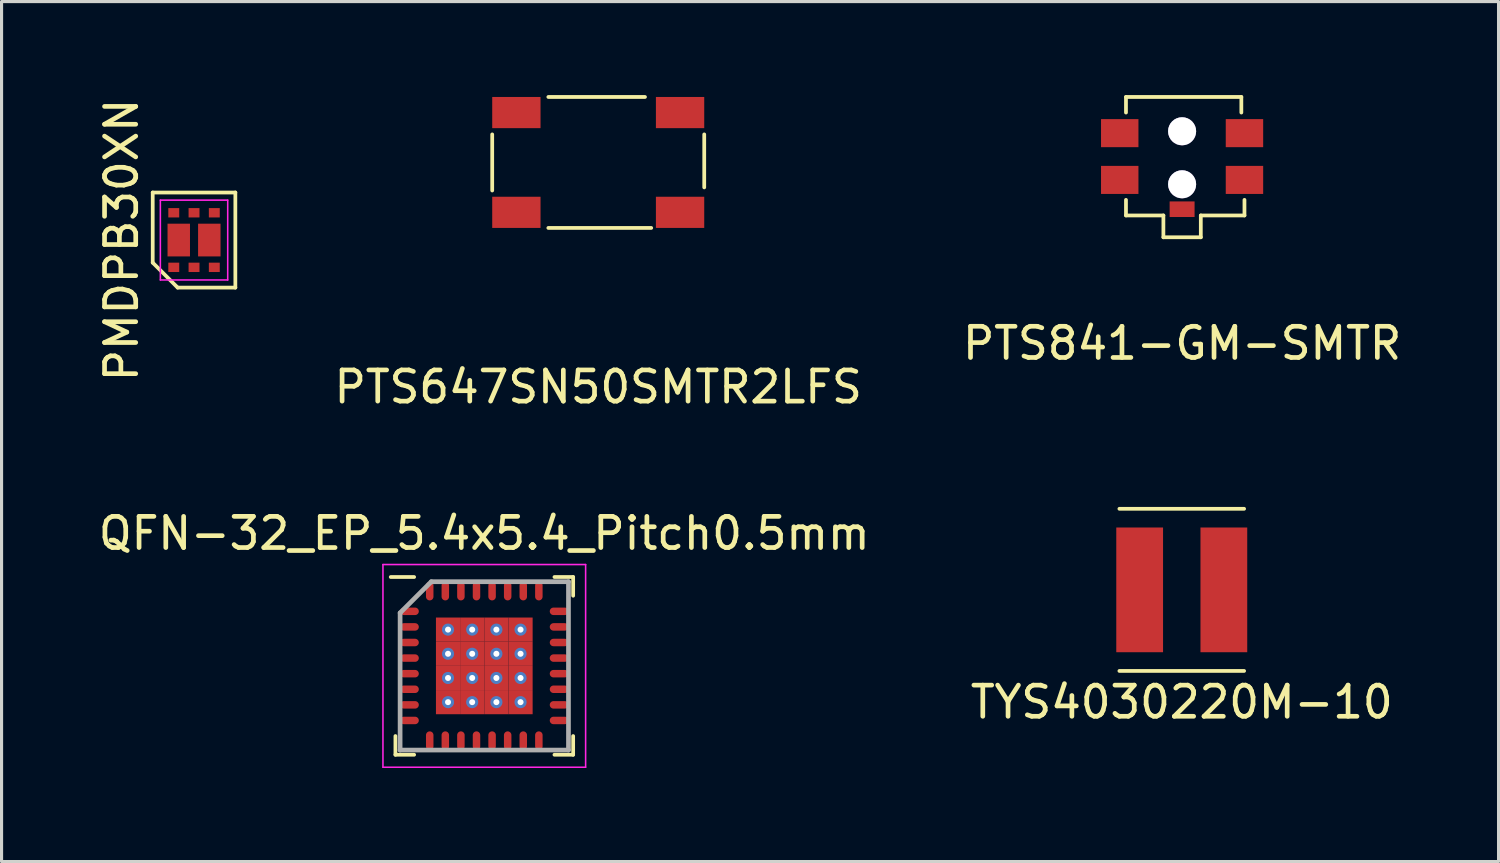
<source format=kicad_pcb>
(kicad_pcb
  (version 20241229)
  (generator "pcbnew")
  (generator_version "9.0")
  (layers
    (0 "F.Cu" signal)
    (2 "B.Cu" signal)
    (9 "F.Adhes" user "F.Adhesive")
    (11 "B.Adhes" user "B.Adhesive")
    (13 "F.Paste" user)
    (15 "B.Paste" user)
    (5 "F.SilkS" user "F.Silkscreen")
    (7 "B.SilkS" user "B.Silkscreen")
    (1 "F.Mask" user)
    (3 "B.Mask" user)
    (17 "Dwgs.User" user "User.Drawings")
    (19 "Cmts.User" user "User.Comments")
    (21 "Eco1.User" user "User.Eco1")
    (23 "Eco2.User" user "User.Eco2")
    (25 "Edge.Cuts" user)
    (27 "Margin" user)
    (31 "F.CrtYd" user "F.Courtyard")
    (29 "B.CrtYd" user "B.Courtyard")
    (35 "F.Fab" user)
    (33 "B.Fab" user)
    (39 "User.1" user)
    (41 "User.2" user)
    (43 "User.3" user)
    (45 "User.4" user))
  (footprint "PTS841-GM-SMTR"
    (layer "F.Cu")
    (at 34.862 1.96)
    (property "Reference" "PTS841-GM-SMTR" (at 0 6 0) (layer "F.SilkS") (effects (font (size 1 1) (thickness 0.15))))
    (attr through_hole)
    (fp_line (start -1.8 -1.9) (end 1.9 -1.9) (stroke (width 0.12) (type solid)) (layer "F.SilkS"))
    (fp_line (start -1.8 -1.4) (end -1.8 -1.9) (stroke (width 0.12) (type solid)) (layer "F.SilkS"))
    (fp_line (start -1.8 1.9) (end -1.8 1.4) (stroke (width 0.12) (type solid)) (layer "F.SilkS"))
    (fp_line (start -0.6 1.9) (end -1.8 1.9) (stroke (width 0.12) (type solid)) (layer "F.SilkS"))
    (fp_line (start -0.6 1.9) (end -0.6 2.6) (stroke (width 0.12) (type solid)) (layer "F.SilkS"))
    (fp_line (start -0.6 2.6) (end 0.6 2.6) (stroke (width 0.12) (type solid)) (layer "F.SilkS"))
    (fp_line (start 0.6 2.6) (end 0.6 1.9) (stroke (width 0.12) (type solid)) (layer "F.SilkS"))
    (fp_line (start 1.9 -1.9) (end 1.9 -1.4) (stroke (width 0.12) (type solid)) (layer "F.SilkS"))
    (fp_line (start 2 1.4) (end 2 1.9) (stroke (width 0.12) (type solid)) (layer "F.SilkS"))
    (fp_line (start 2 1.9) (end 0.6 1.9) (stroke (width 0.12) (type solid)) (layer "F.SilkS"))
    (pad "0" thru_hole circle (at 0 -0.8) (size 0.9 0.9) (drill 0.9) (layers "*.Cu" "*.Mask"))
    (pad "0" thru_hole circle (at 0 0.9) (size 0.9 0.9) (drill 0.9) (layers "*.Cu" "*.Mask"))
    (pad "1" smd rect (at -2 -0.74) (size 1.2 0.9) (layers "F.Cu" "F.Mask" "F.Paste"))
    (pad "2" smd rect (at 2 -0.74) (size 1.2 0.9) (layers "F.Cu" "F.Mask" "F.Paste"))
    (pad "3" smd rect (at -2 0.76) (size 1.2 0.9) (layers "F.Cu" "F.Mask" "F.Paste"))
    (pad "4" smd rect (at 2 0.76) (size 1.2 0.9) (layers "F.Cu" "F.Mask" "F.Paste"))
    (pad "5" smd rect (at 0 1.7) (size 0.8 0.5) (layers "F.Cu" "F.Mask" "F.Paste")))
  (footprint "QFN-32_EP_5.4x5.4_Pitch0.5mm"
    (layer "F.Cu")
    (at 12.482 18.306)
    (property "Reference" "QFN-32_EP_5.4x5.4_Pitch0.5mm" (at 0 -4.25 0) (layer "F.SilkS") (effects (font (size 1 1) (thickness 0.15))))
    (attr smd)
    (fp_line (start -2.85 2.85) (end -2.85 2.25) (stroke (width 0.12) (type solid)) (layer "F.SilkS"))
    (fp_line (start -2.25 -2.85) (end -3 -2.85) (stroke (width 0.12) (type solid)) (layer "F.SilkS"))
    (fp_line (start -2.25 2.85) (end -2.85 2.85) (stroke (width 0.12) (type solid)) (layer "F.SilkS"))
    (fp_line (start 2.25 -2.85) (end 2.85 -2.85) (stroke (width 0.12) (type solid)) (layer "F.SilkS"))
    (fp_line (start 2.25 2.85) (end 2.85 2.85) (stroke (width 0.12) (type solid)) (layer "F.SilkS"))
    (fp_line (start 2.85 -2.85) (end 2.85 -2.25) (stroke (width 0.12) (type solid)) (layer "F.SilkS"))
    (fp_line (start 2.85 2.85) (end 2.85 2.25) (stroke (width 0.12) (type solid)) (layer "F.SilkS"))
    (fp_line (start -3.25 -3.25) (end 3.25 -3.25) (stroke (width 0.05) (type solid)) (layer "F.CrtYd"))
    (fp_line (start -3.25 3.25) (end -3.25 -3.25) (stroke (width 0.05) (type solid)) (layer "F.CrtYd"))
    (fp_line (start 3.25 -3.25) (end 3.25 3.25) (stroke (width 0.05) (type solid)) (layer "F.CrtYd"))
    (fp_line (start 3.25 3.25) (end -3.25 3.25) (stroke (width 0.05) (type solid)) (layer "F.CrtYd"))
    (fp_line (start -2.7 -1.7) (end -2.7 2.7) (stroke (width 0.15) (type solid)) (layer "F.Fab"))
    (fp_line (start -2.7 2.7) (end 2.7 2.7) (stroke (width 0.15) (type solid)) (layer "F.Fab"))
    (fp_line (start -1.7 -2.7) (end -2.7 -1.7) (stroke (width 0.15) (type solid)) (layer "F.Fab"))
    (fp_line (start 2.7 -2.7) (end -1.7 -2.7) (stroke (width 0.15) (type solid)) (layer "F.Fab"))
    (fp_line (start 2.7 2.7) (end 2.7 -2.7) (stroke (width 0.15) (type solid)) (layer "F.Fab"))
    (pad "1" smd oval (at -2.4 -1.75 90) (size 0.24 0.6) (layers "F.Cu" "F.Mask" "F.Paste"))
    (pad "2" smd oval (at -2.4 -1.25 90) (size 0.24 0.6) (layers "F.Cu" "F.Mask" "F.Paste"))
    (pad "3" smd oval (at -2.4 -0.75 90) (size 0.24 0.6) (layers "F.Cu" "F.Mask" "F.Paste"))
    (pad "4" smd oval (at -2.4 -0.25 90) (size 0.24 0.6) (layers "F.Cu" "F.Mask" "F.Paste"))
    (pad "5" smd oval (at -2.4 0.25 90) (size 0.24 0.6) (layers "F.Cu" "F.Mask" "F.Paste"))
    (pad "6" smd oval (at -2.4 0.75 90) (size 0.24 0.6) (layers "F.Cu" "F.Mask" "F.Paste"))
    (pad "7" smd oval (at -2.4 1.25 90) (size 0.24 0.6) (layers "F.Cu" "F.Mask" "F.Paste"))
    (pad "8" smd oval (at -2.4 1.75 90) (size 0.24 0.6) (layers "F.Cu" "F.Mask" "F.Paste"))
    (pad "9" smd oval (at -1.75 2.4) (size 0.24 0.6) (layers "F.Cu" "F.Mask" "F.Paste"))
    (pad "10" smd oval (at -1.25 2.4) (size 0.24 0.6) (layers "F.Cu" "F.Mask" "F.Paste"))
    (pad "11" smd oval (at -0.75 2.4) (size 0.24 0.6) (layers "F.Cu" "F.Mask" "F.Paste"))
    (pad "12" smd oval (at -0.25 2.4) (size 0.24 0.6) (layers "F.Cu" "F.Mask" "F.Paste"))
    (pad "13" smd oval (at 0.25 2.4) (size 0.24 0.6) (layers "F.Cu" "F.Mask" "F.Paste"))
    (pad "14" smd oval (at 0.75 2.4) (size 0.24 0.6) (layers "F.Cu" "F.Mask" "F.Paste"))
    (pad "15" smd oval (at 1.25 2.4) (size 0.24 0.6) (layers "F.Cu" "F.Mask" "F.Paste"))
    (pad "16" smd oval (at 1.75 2.4) (size 0.24 0.6) (layers "F.Cu" "F.Mask" "F.Paste"))
    (pad "17" smd oval (at 2.4 1.75 90) (size 0.24 0.6) (layers "F.Cu" "F.Mask" "F.Paste"))
    (pad "18" smd oval (at 2.4 1.25 90) (size 0.24 0.6) (layers "F.Cu" "F.Mask" "F.Paste"))
    (pad "19" smd oval (at 2.4 0.75 90) (size 0.24 0.6) (layers "F.Cu" "F.Mask" "F.Paste"))
    (pad "20" smd oval (at 2.4 0.25 90) (size 0.24 0.6) (layers "F.Cu" "F.Mask" "F.Paste"))
    (pad "21" smd oval (at 2.4 -0.25 90) (size 0.24 0.6) (layers "F.Cu" "F.Mask" "F.Paste"))
    (pad "22" smd oval (at 2.4 -0.75 90) (size 0.24 0.6) (layers "F.Cu" "F.Mask" "F.Paste"))
    (pad "23" smd oval (at 2.4 -1.25 90) (size 0.24 0.6) (layers "F.Cu" "F.Mask" "F.Paste"))
    (pad "24" smd oval (at 2.4 -1.75 90) (size 0.24 0.6) (layers "F.Cu" "F.Mask" "F.Paste"))
    (pad "25" smd oval (at 1.75 -2.4) (size 0.24 0.6) (layers "F.Cu" "F.Mask" "F.Paste"))
    (pad "26" smd oval (at 1.25 -2.4) (size 0.24 0.6) (layers "F.Cu" "F.Mask" "F.Paste"))
    (pad "27" smd oval (at 0.75 -2.4) (size 0.24 0.6) (layers "F.Cu" "F.Mask" "F.Paste"))
    (pad "28" smd oval (at 0.25 -2.4) (size 0.24 0.6) (layers "F.Cu" "F.Mask" "F.Paste"))
    (pad "29" smd oval (at -0.25 -2.4) (size 0.24 0.6) (layers "F.Cu" "F.Mask" "F.Paste"))
    (pad "30" smd oval (at -0.75 -2.4) (size 0.24 0.6) (layers "F.Cu" "F.Mask" "F.Paste"))
    (pad "31" smd oval (at -1.25 -2.4) (size 0.24 0.6) (layers "F.Cu" "F.Mask" "F.Paste"))
    (pad "32" smd oval (at -1.75 -2.4) (size 0.24 0.6) (layers "F.Cu" "F.Mask" "F.Paste"))
    (pad "33" thru_hole circle (at -1.163 -1.163) (size 0.388 0.388) (drill 0.194) (layers "*.Cu" "*.Mask"))
    (pad "33" smd rect (at -1.163 -1.163) (size 0.775 0.775) (layers "F.Cu" "F.Mask" "F.Paste"))
    (pad "33" thru_hole circle (at -1.163 -0.388) (size 0.388 0.388) (drill 0.194) (layers "*.Cu" "*.Mask"))
    (pad "33" smd rect (at -1.163 -0.388) (size 0.775 0.775) (layers "F.Cu" "F.Mask" "F.Paste"))
    (pad "33" thru_hole circle (at -1.163 0.388) (size 0.388 0.388) (drill 0.194) (layers "*.Cu" "*.Mask"))
    (pad "33" smd rect (at -1.163 0.388) (size 0.775 0.775) (layers "F.Cu" "F.Mask" "F.Paste"))
    (pad "33" thru_hole circle (at -1.163 1.163) (size 0.388 0.388) (drill 0.194) (layers "*.Cu" "*.Mask"))
    (pad "33" smd rect (at -1.163 1.163) (size 0.775 0.775) (layers "F.Cu" "F.Mask" "F.Paste"))
    (pad "33" thru_hole circle (at -0.388 -1.163) (size 0.388 0.388) (drill 0.194) (layers "*.Cu" "*.Mask"))
    (pad "33" smd rect (at -0.388 -1.163) (size 0.775 0.775) (layers "F.Cu" "F.Mask" "F.Paste"))
    (pad "33" thru_hole circle (at -0.388 -0.388) (size 0.388 0.388) (drill 0.194) (layers "*.Cu" "*.Mask"))
    (pad "33" smd rect (at -0.388 -0.388) (size 0.775 0.775) (layers "F.Cu" "F.Mask" "F.Paste"))
    (pad "33" thru_hole circle (at -0.388 0.388) (size 0.388 0.388) (drill 0.194) (layers "*.Cu" "*.Mask"))
    (pad "33" smd rect (at -0.388 0.388) (size 0.775 0.775) (layers "F.Cu" "F.Mask" "F.Paste"))
    (pad "33" thru_hole circle (at -0.388 1.163) (size 0.388 0.388) (drill 0.194) (layers "*.Cu" "*.Mask"))
    (pad "33" smd rect (at -0.388 1.163) (size 0.775 0.775) (layers "F.Cu" "F.Mask" "F.Paste"))
    (pad "33" thru_hole circle (at 0.388 -1.163) (size 0.388 0.388) (drill 0.194) (layers "*.Cu" "*.Mask"))
    (pad "33" smd rect (at 0.388 -1.163) (size 0.775 0.775) (layers "F.Cu" "F.Mask" "F.Paste"))
    (pad "33" thru_hole circle (at 0.388 -0.388) (size 0.388 0.388) (drill 0.194) (layers "*.Cu" "*.Mask"))
    (pad "33" smd rect (at 0.388 -0.388) (size 0.775 0.775) (layers "F.Cu" "F.Mask" "F.Paste"))
    (pad "33" thru_hole circle (at 0.388 0.388) (size 0.388 0.388) (drill 0.194) (layers "*.Cu" "*.Mask"))
    (pad "33" smd rect (at 0.388 0.388) (size 0.775 0.775) (layers "F.Cu" "F.Mask" "F.Paste"))
    (pad "33" thru_hole circle (at 0.388 1.163) (size 0.388 0.388) (drill 0.194) (layers "*.Cu" "*.Mask"))
    (pad "33" smd rect (at 0.388 1.163) (size 0.775 0.775) (layers "F.Cu" "F.Mask" "F.Paste"))
    (pad "33" thru_hole circle (at 1.163 -1.163) (size 0.388 0.388) (drill 0.194) (layers "*.Cu" "*.Mask"))
    (pad "33" smd rect (at 1.163 -1.163) (size 0.775 0.775) (layers "F.Cu" "F.Mask" "F.Paste"))
    (pad "33" thru_hole circle (at 1.163 -0.388) (size 0.388 0.388) (drill 0.194) (layers "*.Cu" "*.Mask"))
    (pad "33" smd rect (at 1.163 -0.388) (size 0.775 0.775) (layers "F.Cu" "F.Mask" "F.Paste"))
    (pad "33" thru_hole circle (at 1.163 0.388) (size 0.388 0.388) (drill 0.194) (layers "*.Cu" "*.Mask"))
    (pad "33" smd rect (at 1.163 0.388) (size 0.775 0.775) (layers "F.Cu" "F.Mask" "F.Paste"))
    (pad "33" thru_hole circle (at 1.163 1.163) (size 0.388 0.388) (drill 0.194) (layers "*.Cu" "*.Mask"))
    (pad "33" smd rect (at 1.163 1.163) (size 0.775 0.775) (layers "F.Cu" "F.Mask" "F.Paste")))
  (footprint "PMDPB30XN"
    (layer "F.Cu")
    (at 3.173 4.649)
    (property "Reference" "PMDPB30XN" (at -2.325 0 90) (layer "F.SilkS") (effects (font (size 1 1) (thickness 0.15))))
    (attr smd)
    (fp_line (start -1.325 -1.525) (end 1.325 -1.525) (stroke (width 0.12) (type solid)) (layer "F.SilkS"))
    (fp_line (start -1.325 0.725) (end -1.325 -1.525) (stroke (width 0.12) (type solid)) (layer "F.SilkS"))
    (fp_line (start -0.525 1.525) (end -1.325 0.725) (stroke (width 0.12) (type solid)) (layer "F.SilkS"))
    (fp_line (start 1.325 -1.525) (end 1.325 1.525) (stroke (width 0.12) (type solid)) (layer "F.SilkS"))
    (fp_line (start 1.325 1.525) (end -0.525 1.525) (stroke (width 0.12) (type solid)) (layer "F.SilkS"))
    (fp_line (start -1.08 -1.28) (end 1.08 -1.28) (stroke (width 0.05) (type solid)) (layer "F.CrtYd"))
    (fp_line (start -1.08 1.28) (end -1.08 -1.28) (stroke (width 0.05) (type solid)) (layer "F.CrtYd"))
    (fp_line (start 1.08 -1.28) (end 1.08 1.28) (stroke (width 0.05) (type solid)) (layer "F.CrtYd"))
    (fp_line (start 1.08 1.28) (end -1.08 1.28) (stroke (width 0.05) (type solid)) (layer "F.CrtYd"))
    (pad "1" smd rect (at -0.65 0.875) (size 0.35 0.3) (layers "F.Cu" "F.Mask" "F.Paste"))
    (pad "2" smd rect (at 0 0.875) (size 0.35 0.3) (layers "F.Cu" "F.Mask" "F.Paste"))
    (pad "3" smd rect (at 0.65 0.875) (size 0.35 0.3) (layers "F.Cu" "F.Mask" "F.Paste"))
    (pad "4" smd rect (at 0.65 -0.875) (size 0.35 0.3) (layers "F.Cu" "F.Mask" "F.Paste"))
    (pad "5" smd rect (at 0 -0.875) (size 0.35 0.3) (layers "F.Cu" "F.Mask" "F.Paste"))
    (pad "6" smd rect (at -0.65 -0.875) (size 0.35 0.3) (layers "F.Cu" "F.Mask" "F.Paste"))
    (pad "7" smd rect (at -0.49 0) (size 0.72 1.05) (layers "F.Cu" "F.Mask" "F.Paste"))
    (pad "8" smd rect (at 0.49 0) (size 0.72 1.05) (layers "F.Cu" "F.Mask" "F.Paste")))
  (footprint "TYS4030220M-10"
    (layer "F.Cu")
    (at 34.851 15.868)
    (property "Reference" "TYS4030220M-10" (at 0 3.6 0) (layer "F.SilkS") (effects (font (size 1 1) (thickness 0.15))))
    (attr through_hole)
    (fp_line (start -2 -2.6) (end 2 -2.6) (stroke (width 0.12) (type solid)) (layer "F.SilkS"))
    (fp_line (start -2 2.6) (end 2 2.6) (stroke (width 0.12) (type solid)) (layer "F.SilkS"))
    (pad "1" smd rect (at -1.35 0) (size 1.5 4) (layers "F.Cu" "F.Mask" "F.Paste"))
    (pad "2" smd rect (at 1.35 0) (size 1.5 4) (layers "F.Cu" "F.Mask" "F.Paste")))
  (footprint "PTS647SN50SMTR2LFS"
    (layer "F.Cu")
    (at 16.136 2.16)
    (property "Reference" "PTS647SN50SMTR2LFS" (at 0 7.2 0) (layer "F.SilkS") (effects (font (size 1 1) (thickness 0.15))))
    (attr through_hole)
    (fp_line (start -3.4 0.9) (end -3.4 -0.9) (stroke (width 0.12) (type solid)) (layer "F.SilkS"))
    (fp_line (start -1.6 -2.1) (end 1.5 -2.1) (stroke (width 0.12) (type solid)) (layer "F.SilkS"))
    (fp_line (start 1.7 2.1) (end -1.6 2.1) (stroke (width 0.12) (type solid)) (layer "F.SilkS"))
    (fp_line (start 3.4 -0.9) (end 3.4 0.8) (stroke (width 0.12) (type solid)) (layer "F.SilkS"))
    (pad "1" smd rect (at -2.625 -1.6) (size 1.55 1) (layers "F.Cu" "F.Mask" "F.Paste"))
    (pad "2" smd rect (at 2.625 -1.6) (size 1.55 1) (layers "F.Cu" "F.Mask" "F.Paste"))
    (pad "3" smd rect (at -2.625 1.6) (size 1.55 1) (layers "F.Cu" "F.Mask" "F.Paste"))
    (pad "4" smd rect (at 2.625 1.6) (size 1.55 1) (layers "F.Cu" "F.Mask" "F.Paste")))
  (gr_rect
    (start -3 -3)
    (end 45.011 24.581)
    (stroke (width 0.1) (type default))
    (fill no)
    (layer "Edge.Cuts")))
</source>
